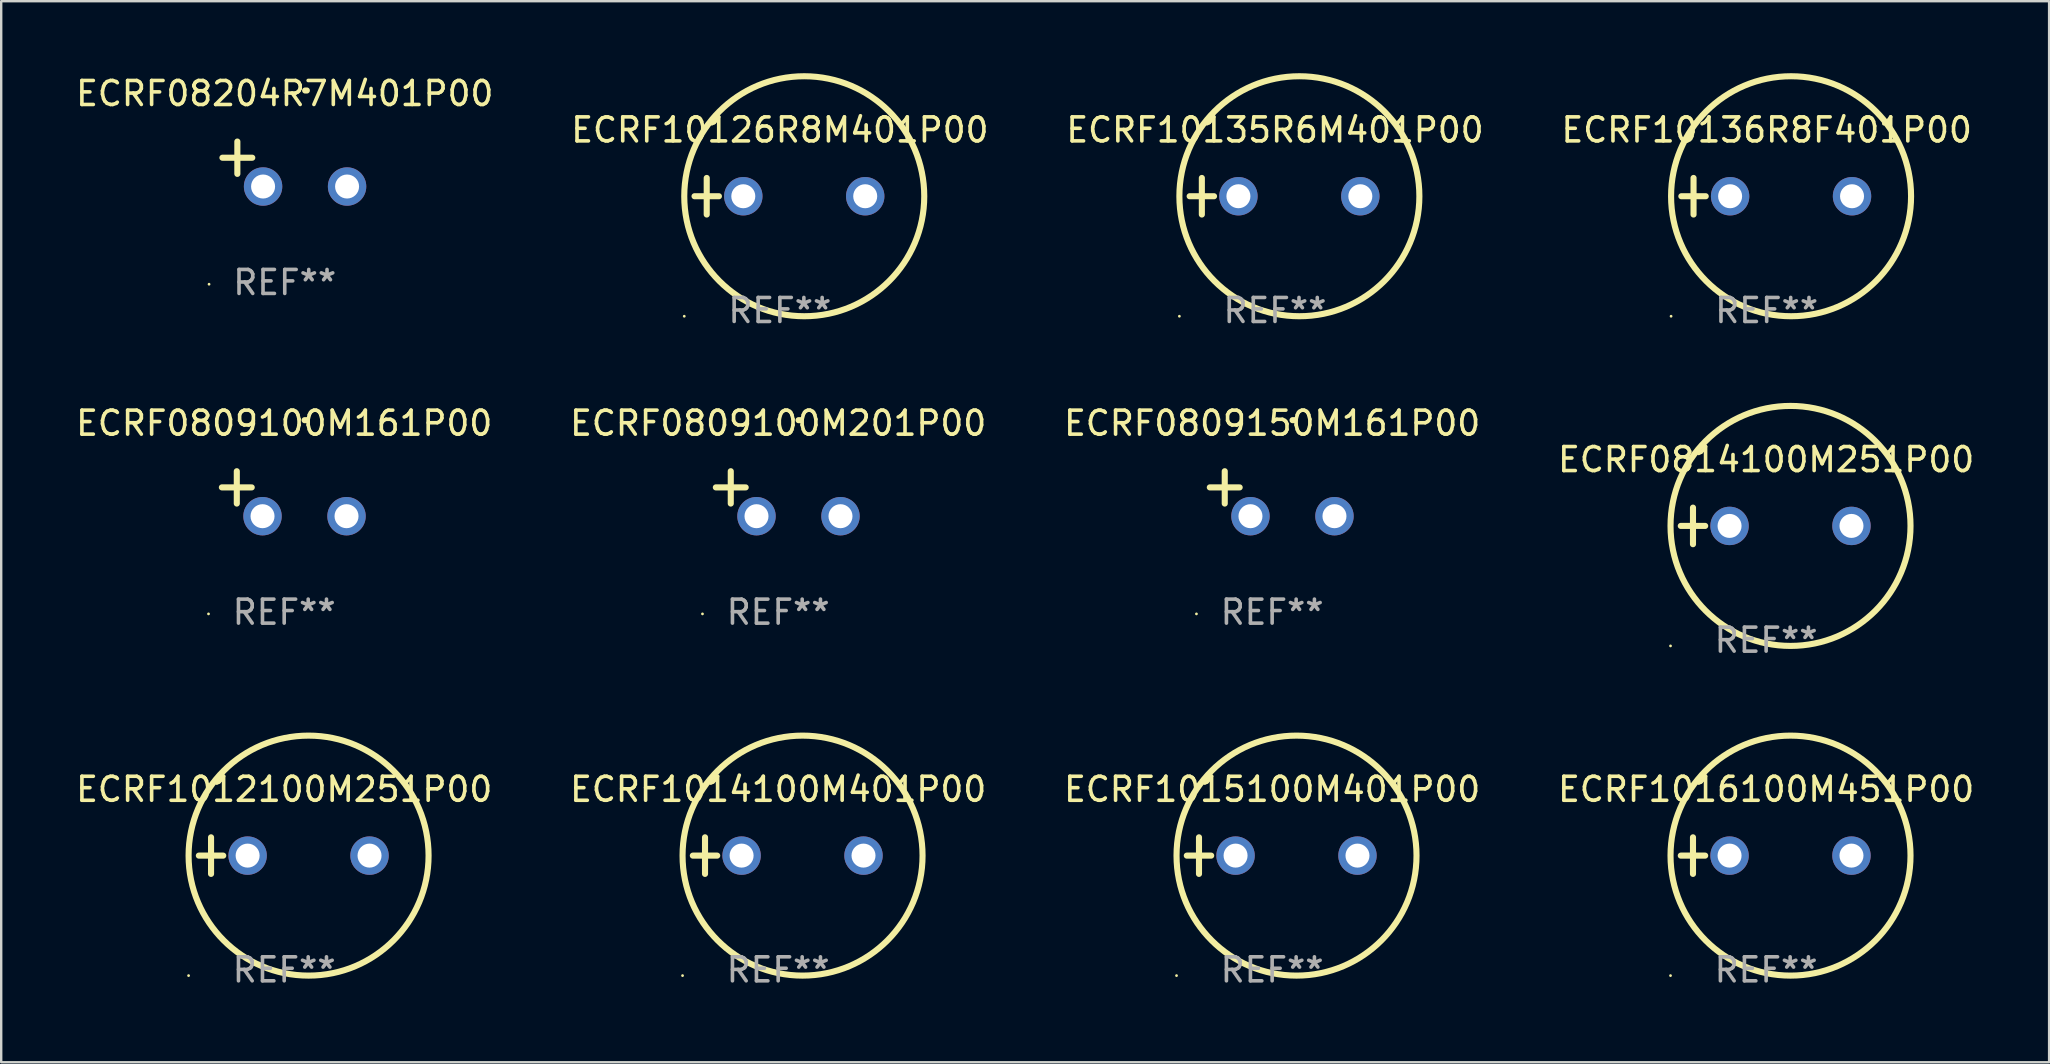
<source format=kicad_pcb>
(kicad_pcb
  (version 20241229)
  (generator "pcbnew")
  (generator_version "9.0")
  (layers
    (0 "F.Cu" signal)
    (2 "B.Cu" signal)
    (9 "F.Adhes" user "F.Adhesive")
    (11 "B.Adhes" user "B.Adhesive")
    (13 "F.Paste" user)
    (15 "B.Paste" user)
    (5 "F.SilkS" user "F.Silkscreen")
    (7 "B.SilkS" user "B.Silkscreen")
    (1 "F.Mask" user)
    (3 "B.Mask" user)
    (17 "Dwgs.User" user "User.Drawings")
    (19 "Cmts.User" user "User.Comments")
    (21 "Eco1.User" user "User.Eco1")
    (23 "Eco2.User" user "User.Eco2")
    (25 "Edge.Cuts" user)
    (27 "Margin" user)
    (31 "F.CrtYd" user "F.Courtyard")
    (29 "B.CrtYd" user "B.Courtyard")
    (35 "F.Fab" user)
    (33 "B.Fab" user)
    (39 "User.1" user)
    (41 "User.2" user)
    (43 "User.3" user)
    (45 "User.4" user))
  (footprint "ECRF0809100M201P00"
    (layer "F.Cu")
    (at 29.375 17.522)
    (property "Reference" "ECRF0809100M201P00" (at 0 -2.937 0) (layer "F.SilkS") (effects (font (size 1 1) (thickness 0.15))))
    (attr through_hole)
    (fp_line (start -1.975 0.41) (end -1.975 -0.937) (stroke (width 0.254) (type solid)) (layer "F.SilkS"))
    (fp_line (start -1.353 -0.263) (end -2.597 -0.263) (stroke (width 0.254) (type solid)) (layer "F.SilkS"))
    (fp_arc (start 0.849809 -3.063957) (mid 0.885369 -3.064114) (end 0.920929 -3.063957) (stroke (width 0.254001) (type solid)) (layer "F.SilkS"))
    (fp_circle (center -3.154 5.008) (end -3.124 5.008) (stroke (width 0.06) (type solid)) (fill no) (layer "F.SilkS"))
    (fp_text user "REF**" (at 0 4.937 0) (layer "F.Fab") (effects (font (size 1 1) (thickness 0.15))))
    (pad "1" thru_hole circle (at -0.903 0.937) (size 1.6 1.6) (drill 1) (layers "*.Cu" "*.Mask"))
    (pad "2" thru_hole circle (at 2.597 0.937) (size 1.6 1.6) (drill 1) (layers "*.Cu" "*.Mask")))
  (footprint "ECRF0814100M251P00"
    (layer "F.Cu")
    (at 70.542 18.864)
    (property "Reference" "ECRF0814100M251P00" (at 0 -2.762 0) (layer "F.SilkS") (effects (font (size 1 1) (thickness 0.15))))
    (attr through_hole)
    (fp_line (start -3.556 0) (end -2.54 0) (stroke (width 0.254) (type solid)) (layer "F.SilkS"))
    (fp_line (start -3.048 -0.762) (end -3.048 0.762) (stroke (width 0.254) (type solid)) (layer "F.SilkS"))
    (fp_circle (center -3.984 5) (end -3.954 5) (stroke (width 0.06) (type solid)) (fill no) (layer "F.SilkS"))
    (fp_circle (center 1.016 0) (end 6.016 0) (stroke (width 0.254) (type solid)) (fill no) (layer "F.SilkS"))
    (fp_text user "REF**" (at 0 4.762 0) (layer "F.Fab") (effects (font (size 1 1) (thickness 0.15))))
    (pad "1" thru_hole circle (at -1.524 0) (size 1.6 1.6) (drill 1) (layers "*.Cu" "*.Mask"))
    (pad "2" thru_hole circle (at 3.556 0) (size 1.6 1.6) (drill 1) (layers "*.Cu" "*.Mask")))
  (footprint "ECRF08204R7M401P00"
    (layer "F.Cu")
    (at 8.815 3.785)
    (property "Reference" "ECRF08204R7M401P00" (at 0 -2.937 0) (layer "F.SilkS") (effects (font (size 1 1) (thickness 0.15))))
    (attr through_hole)
    (fp_line (start -1.975 0.41) (end -1.975 -0.937) (stroke (width 0.254) (type solid)) (layer "F.SilkS"))
    (fp_line (start -1.353 -0.263) (end -2.597 -0.263) (stroke (width 0.254) (type solid)) (layer "F.SilkS"))
    (fp_arc (start 0.849809 -3.063957) (mid 0.885369 -3.064114) (end 0.920929 -3.063957) (stroke (width 0.254001) (type solid)) (layer "F.SilkS"))
    (fp_circle (center -3.154 5.008) (end -3.124 5.008) (stroke (width 0.06) (type solid)) (fill no) (layer "F.SilkS"))
    (fp_text user "REF**" (at 0 4.937 0) (layer "F.Fab") (effects (font (size 1 1) (thickness 0.15))))
    (pad "1" thru_hole circle (at -0.903 0.937) (size 1.6 1.6) (drill 1) (layers "*.Cu" "*.Mask"))
    (pad "2" thru_hole circle (at 2.597 0.937) (size 1.6 1.6) (drill 1) (layers "*.Cu" "*.Mask")))
  (footprint "ECRF0809150M161P00"
    (layer "F.Cu")
    (at 49.958 17.522)
    (property "Reference" "ECRF0809150M161P00" (at 0 -2.937 0) (layer "F.SilkS") (effects (font (size 1 1) (thickness 0.15))))
    (attr through_hole)
    (fp_line (start -1.975 0.41) (end -1.975 -0.937) (stroke (width 0.254) (type solid)) (layer "F.SilkS"))
    (fp_line (start -1.353 -0.263) (end -2.597 -0.263) (stroke (width 0.254) (type solid)) (layer "F.SilkS"))
    (fp_arc (start 0.849809 -3.063957) (mid 0.885369 -3.064114) (end 0.920929 -3.063957) (stroke (width 0.254001) (type solid)) (layer "F.SilkS"))
    (fp_circle (center -3.154 5.008) (end -3.124 5.008) (stroke (width 0.06) (type solid)) (fill no) (layer "F.SilkS"))
    (fp_text user "REF**" (at 0 4.937 0) (layer "F.Fab") (effects (font (size 1 1) (thickness 0.15))))
    (pad "1" thru_hole circle (at -0.903 0.937) (size 1.6 1.6) (drill 1) (layers "*.Cu" "*.Mask"))
    (pad "2" thru_hole circle (at 2.597 0.937) (size 1.6 1.6) (drill 1) (layers "*.Cu" "*.Mask")))
  (footprint "ECRF10135R6M401P00"
    (layer "F.Cu")
    (at 50.077 5.127)
    (property "Reference" "ECRF10135R6M401P00" (at 0 -2.762 0) (layer "F.SilkS") (effects (font (size 1 1) (thickness 0.15))))
    (attr through_hole)
    (fp_line (start -3.556 0) (end -2.54 0) (stroke (width 0.254) (type solid)) (layer "F.SilkS"))
    (fp_line (start -3.048 -0.762) (end -3.048 0.762) (stroke (width 0.254) (type solid)) (layer "F.SilkS"))
    (fp_circle (center -3.984 5) (end -3.954 5) (stroke (width 0.06) (type solid)) (fill no) (layer "F.SilkS"))
    (fp_circle (center 1.016 0) (end 6.016 0) (stroke (width 0.254) (type solid)) (fill no) (layer "F.SilkS"))
    (fp_text user "REF**" (at 0 4.762 0) (layer "F.Fab") (effects (font (size 1 1) (thickness 0.15))))
    (pad "1" thru_hole circle (at -1.524 0) (size 1.6 1.6) (drill 1) (layers "*.Cu" "*.Mask"))
    (pad "2" thru_hole circle (at 3.556 0) (size 1.6 1.6) (drill 1) (layers "*.Cu" "*.Mask")))
  (footprint "ECRF10126R8M401P00"
    (layer "F.Cu")
    (at 29.446 5.127)
    (property "Reference" "ECRF10126R8M401P00" (at 0 -2.762 0) (layer "F.SilkS") (effects (font (size 1 1) (thickness 0.15))))
    (attr through_hole)
    (fp_line (start -3.556 0) (end -2.54 0) (stroke (width 0.254) (type solid)) (layer "F.SilkS"))
    (fp_line (start -3.048 -0.762) (end -3.048 0.762) (stroke (width 0.254) (type solid)) (layer "F.SilkS"))
    (fp_circle (center -3.984 5) (end -3.954 5) (stroke (width 0.06) (type solid)) (fill no) (layer "F.SilkS"))
    (fp_circle (center 1.016 0) (end 6.016 0) (stroke (width 0.254) (type solid)) (fill no) (layer "F.SilkS"))
    (fp_text user "REF**" (at 0 4.762 0) (layer "F.Fab") (effects (font (size 1 1) (thickness 0.15))))
    (pad "1" thru_hole circle (at -1.524 0) (size 1.6 1.6) (drill 1) (layers "*.Cu" "*.Mask"))
    (pad "2" thru_hole circle (at 3.556 0) (size 1.6 1.6) (drill 1) (layers "*.Cu" "*.Mask")))
  (footprint "ECRF0809100M161P00"
    (layer "F.Cu")
    (at 8.792 17.522)
    (property "Reference" "ECRF0809100M161P00" (at 0 -2.937 0) (layer "F.SilkS") (effects (font (size 1 1) (thickness 0.15))))
    (attr through_hole)
    (fp_line (start -1.975 0.41) (end -1.975 -0.937) (stroke (width 0.254) (type solid)) (layer "F.SilkS"))
    (fp_line (start -1.353 -0.263) (end -2.597 -0.263) (stroke (width 0.254) (type solid)) (layer "F.SilkS"))
    (fp_arc (start 0.849809 -3.063957) (mid 0.885369 -3.064114) (end 0.920929 -3.063957) (stroke (width 0.254001) (type solid)) (layer "F.SilkS"))
    (fp_circle (center -3.154 5.008) (end -3.124 5.008) (stroke (width 0.06) (type solid)) (fill no) (layer "F.SilkS"))
    (fp_text user "REF**" (at 0 4.937 0) (layer "F.Fab") (effects (font (size 1 1) (thickness 0.15))))
    (pad "1" thru_hole circle (at -0.903 0.937) (size 1.6 1.6) (drill 1) (layers "*.Cu" "*.Mask"))
    (pad "2" thru_hole circle (at 2.597 0.937) (size 1.6 1.6) (drill 1) (layers "*.Cu" "*.Mask")))
  (footprint "ECRF10136R8F401P00"
    (layer "F.Cu")
    (at 70.565 5.127)
    (property "Reference" "ECRF10136R8F401P00" (at 0 -2.762 0) (layer "F.SilkS") (effects (font (size 1 1) (thickness 0.15))))
    (attr through_hole)
    (fp_line (start -3.556 0) (end -2.54 0) (stroke (width 0.254) (type solid)) (layer "F.SilkS"))
    (fp_line (start -3.048 -0.762) (end -3.048 0.762) (stroke (width 0.254) (type solid)) (layer "F.SilkS"))
    (fp_circle (center -3.984 5) (end -3.954 5) (stroke (width 0.06) (type solid)) (fill no) (layer "F.SilkS"))
    (fp_circle (center 1.016 0) (end 6.016 0) (stroke (width 0.254) (type solid)) (fill no) (layer "F.SilkS"))
    (fp_text user "REF**" (at 0 4.762 0) (layer "F.Fab") (effects (font (size 1 1) (thickness 0.15))))
    (pad "1" thru_hole circle (at -1.524 0) (size 1.6 1.6) (drill 1) (layers "*.Cu" "*.Mask"))
    (pad "2" thru_hole circle (at 3.556 0) (size 1.6 1.6) (drill 1) (layers "*.Cu" "*.Mask")))
  (footprint "ECRF1012100M251P00"
    (layer "F.Cu")
    (at 8.792 32.602)
    (property "Reference" "ECRF1012100M251P00" (at 0 -2.762 0) (layer "F.SilkS") (effects (font (size 1 1) (thickness 0.15))))
    (attr through_hole)
    (fp_line (start -3.556 0) (end -2.54 0) (stroke (width 0.254) (type solid)) (layer "F.SilkS"))
    (fp_line (start -3.048 -0.762) (end -3.048 0.762) (stroke (width 0.254) (type solid)) (layer "F.SilkS"))
    (fp_circle (center -3.984 5) (end -3.954 5) (stroke (width 0.06) (type solid)) (fill no) (layer "F.SilkS"))
    (fp_circle (center 1.016 0) (end 6.016 0) (stroke (width 0.254) (type solid)) (fill no) (layer "F.SilkS"))
    (fp_text user "REF**" (at 0 4.762 0) (layer "F.Fab") (effects (font (size 1 1) (thickness 0.15))))
    (pad "1" thru_hole circle (at -1.524 0) (size 1.6 1.6) (drill 1) (layers "*.Cu" "*.Mask"))
    (pad "2" thru_hole circle (at 3.556 0) (size 1.6 1.6) (drill 1) (layers "*.Cu" "*.Mask")))
  (footprint "ECRF1016100M451P00"
    (layer "F.Cu")
    (at 70.542 32.602)
    (property "Reference" "ECRF1016100M451P00" (at 0 -2.762 0) (layer "F.SilkS") (effects (font (size 1 1) (thickness 0.15))))
    (attr through_hole)
    (fp_line (start -3.556 0) (end -2.54 0) (stroke (width 0.254) (type solid)) (layer "F.SilkS"))
    (fp_line (start -3.048 -0.762) (end -3.048 0.762) (stroke (width 0.254) (type solid)) (layer "F.SilkS"))
    (fp_circle (center -3.984 5) (end -3.954 5) (stroke (width 0.06) (type solid)) (fill no) (layer "F.SilkS"))
    (fp_circle (center 1.016 0) (end 6.016 0) (stroke (width 0.254) (type solid)) (fill no) (layer "F.SilkS"))
    (fp_text user "REF**" (at 0 4.762 0) (layer "F.Fab") (effects (font (size 1 1) (thickness 0.15))))
    (pad "1" thru_hole circle (at -1.524 0) (size 1.6 1.6) (drill 1) (layers "*.Cu" "*.Mask"))
    (pad "2" thru_hole circle (at 3.556 0) (size 1.6 1.6) (drill 1) (layers "*.Cu" "*.Mask")))
  (footprint "ECRF1014100M401P00"
    (layer "F.Cu")
    (at 29.375 32.602)
    (property "Reference" "ECRF1014100M401P00" (at 0 -2.762 0) (layer "F.SilkS") (effects (font (size 1 1) (thickness 0.15))))
    (attr through_hole)
    (fp_line (start -3.556 0) (end -2.54 0) (stroke (width 0.254) (type solid)) (layer "F.SilkS"))
    (fp_line (start -3.048 -0.762) (end -3.048 0.762) (stroke (width 0.254) (type solid)) (layer "F.SilkS"))
    (fp_circle (center -3.984 5) (end -3.954 5) (stroke (width 0.06) (type solid)) (fill no) (layer "F.SilkS"))
    (fp_circle (center 1.016 0) (end 6.016 0) (stroke (width 0.254) (type solid)) (fill no) (layer "F.SilkS"))
    (fp_text user "REF**" (at 0 4.762 0) (layer "F.Fab") (effects (font (size 1 1) (thickness 0.15))))
    (pad "1" thru_hole circle (at -1.524 0) (size 1.6 1.6) (drill 1) (layers "*.Cu" "*.Mask"))
    (pad "2" thru_hole circle (at 3.556 0) (size 1.6 1.6) (drill 1) (layers "*.Cu" "*.Mask")))
  (footprint "ECRF1015100M401P00"
    (layer "F.Cu")
    (at 49.958 32.602)
    (property "Reference" "ECRF1015100M401P00" (at 0 -2.762 0) (layer "F.SilkS") (effects (font (size 1 1) (thickness 0.15))))
    (attr through_hole)
    (fp_line (start -3.556 0) (end -2.54 0) (stroke (width 0.254) (type solid)) (layer "F.SilkS"))
    (fp_line (start -3.048 -0.762) (end -3.048 0.762) (stroke (width 0.254) (type solid)) (layer "F.SilkS"))
    (fp_circle (center -3.984 5) (end -3.954 5) (stroke (width 0.06) (type solid)) (fill no) (layer "F.SilkS"))
    (fp_circle (center 1.016 0) (end 6.016 0) (stroke (width 0.254) (type solid)) (fill no) (layer "F.SilkS"))
    (fp_text user "REF**" (at 0 4.762 0) (layer "F.Fab") (effects (font (size 1 1) (thickness 0.15))))
    (pad "1" thru_hole circle (at -1.524 0) (size 1.6 1.6) (drill 1) (layers "*.Cu" "*.Mask"))
    (pad "2" thru_hole circle (at 3.556 0) (size 1.6 1.6) (drill 1) (layers "*.Cu" "*.Mask")))
  (gr_rect
    (start -3 -3)
    (end 82.333 41.212)
    (stroke (width 0.1) (type default))
    (fill no)
    (layer "Edge.Cuts")))
</source>
